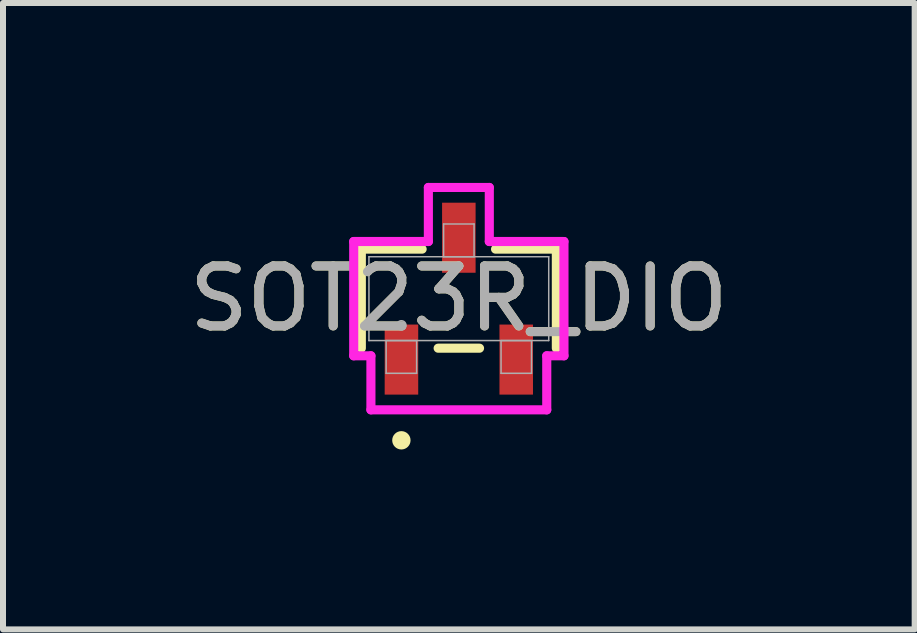
<source format=kicad_pcb>
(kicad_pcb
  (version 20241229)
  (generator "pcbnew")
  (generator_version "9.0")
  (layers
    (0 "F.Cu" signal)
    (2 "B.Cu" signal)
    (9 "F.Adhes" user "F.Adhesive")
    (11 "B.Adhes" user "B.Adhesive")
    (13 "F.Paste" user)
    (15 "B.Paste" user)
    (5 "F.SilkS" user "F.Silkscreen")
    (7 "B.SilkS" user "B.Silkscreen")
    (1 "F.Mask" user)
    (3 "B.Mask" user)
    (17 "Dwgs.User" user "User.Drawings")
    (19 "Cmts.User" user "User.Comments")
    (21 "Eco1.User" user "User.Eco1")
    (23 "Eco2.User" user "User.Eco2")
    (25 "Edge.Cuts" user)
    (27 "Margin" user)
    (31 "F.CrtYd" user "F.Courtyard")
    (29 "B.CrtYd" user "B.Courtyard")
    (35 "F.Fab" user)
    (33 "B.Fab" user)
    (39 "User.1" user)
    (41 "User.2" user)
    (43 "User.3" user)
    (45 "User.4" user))
  (footprint "SOT23R_DIO"
    (layer "F.Cu")
    (at 4.601 1.93)
    (property "Reference" "SOT23R_DIO" (at 0 0 0) (unlocked yes) (layer "F.SilkS") (effects (font (size 1 1) (thickness 0.15))))
    (attr smd)
    (fp_line (start -1.626 -0.826) (end -1.626 0.826) (stroke (width 0.152) (type solid)) (layer "F.SilkS"))
    (fp_line (start -0.612 -0.826) (end -1.626 -0.826) (stroke (width 0.152) (type solid)) (layer "F.SilkS"))
    (fp_line (start -0.345 0.826) (end 0.345 0.826) (stroke (width 0.152) (type solid)) (layer "F.SilkS"))
    (fp_line (start 1.626 -0.826) (end 0.612 -0.826) (stroke (width 0.152) (type solid)) (layer "F.SilkS"))
    (fp_line (start 1.626 0.826) (end 1.626 -0.826) (stroke (width 0.152) (type solid)) (layer "F.SilkS"))
    (fp_circle (center -0.958 2.362) (end -0.881 2.362) (stroke (width 0.152) (type solid)) (fill no) (layer "F.SilkS"))
    (fp_line (start -1.753 -0.953) (end -0.508 -0.953) (stroke (width 0.152) (type solid)) (layer "F.CrtYd"))
    (fp_line (start -1.753 0.953) (end -1.753 -0.953) (stroke (width 0.152) (type solid)) (layer "F.CrtYd"))
    (fp_line (start -1.753 0.953) (end -1.466 0.953) (stroke (width 0.152) (type solid)) (layer "F.CrtYd"))
    (fp_line (start -1.466 0.953) (end -1.466 1.854) (stroke (width 0.152) (type solid)) (layer "F.CrtYd"))
    (fp_line (start -1.466 1.854) (end 1.466 1.854) (stroke (width 0.152) (type solid)) (layer "F.CrtYd"))
    (fp_line (start -0.508 -1.854) (end 0.508 -1.854) (stroke (width 0.152) (type solid)) (layer "F.CrtYd"))
    (fp_line (start -0.508 -0.953) (end -0.508 -1.854) (stroke (width 0.152) (type solid)) (layer "F.CrtYd"))
    (fp_line (start 0.508 -0.953) (end 0.508 -1.854) (stroke (width 0.152) (type solid)) (layer "F.CrtYd"))
    (fp_line (start 1.466 0.953) (end 1.466 1.854) (stroke (width 0.152) (type solid)) (layer "F.CrtYd"))
    (fp_line (start 1.753 -0.953) (end 0.508 -0.953) (stroke (width 0.152) (type solid)) (layer "F.CrtYd"))
    (fp_line (start 1.753 -0.953) (end 1.753 0.953) (stroke (width 0.152) (type solid)) (layer "F.CrtYd"))
    (fp_line (start 1.753 0.953) (end 1.466 0.953) (stroke (width 0.152) (type solid)) (layer "F.CrtYd"))
    (fp_line (start -1.499 -0.699) (end -1.499 0.699) (stroke (width 0.025) (type solid)) (layer "F.Fab"))
    (fp_line (start -1.499 0.699) (end 1.499 0.699) (stroke (width 0.025) (type solid)) (layer "F.Fab"))
    (fp_line (start -1.212 0.699) (end -1.212 1.245) (stroke (width 0.025) (type solid)) (layer "F.Fab"))
    (fp_line (start -1.212 1.245) (end -0.704 1.245) (stroke (width 0.025) (type solid)) (layer "F.Fab"))
    (fp_line (start -0.704 0.699) (end -1.212 0.699) (stroke (width 0.025) (type solid)) (layer "F.Fab"))
    (fp_line (start -0.704 1.245) (end -0.704 0.699) (stroke (width 0.025) (type solid)) (layer "F.Fab"))
    (fp_line (start -0.254 -1.245) (end -0.254 -0.699) (stroke (width 0.025) (type solid)) (layer "F.Fab"))
    (fp_line (start -0.254 -0.699) (end 0.254 -0.699) (stroke (width 0.025) (type solid)) (layer "F.Fab"))
    (fp_line (start 0.254 -1.245) (end -0.254 -1.245) (stroke (width 0.025) (type solid)) (layer "F.Fab"))
    (fp_line (start 0.254 -0.699) (end 0.254 -1.245) (stroke (width 0.025) (type solid)) (layer "F.Fab"))
    (fp_line (start 0.704 0.699) (end 0.704 1.245) (stroke (width 0.025) (type solid)) (layer "F.Fab"))
    (fp_line (start 0.704 1.245) (end 1.212 1.245) (stroke (width 0.025) (type solid)) (layer "F.Fab"))
    (fp_line (start 1.212 0.699) (end 0.704 0.699) (stroke (width 0.025) (type solid)) (layer "F.Fab"))
    (fp_line (start 1.212 1.245) (end 1.212 0.699) (stroke (width 0.025) (type solid)) (layer "F.Fab"))
    (fp_line (start 1.499 -0.699) (end -1.499 -0.699) (stroke (width 0.025) (type solid)) (layer "F.Fab"))
    (fp_line (start 1.499 0.699) (end 1.499 -0.699) (stroke (width 0.025) (type solid)) (layer "F.Fab"))
    (fp_circle (center -0.958 0.445) (end -0.881 0.445) (stroke (width 0.025) (type solid)) (fill no) (layer "F.Fab"))
    (fp_text user "${REFERENCE}" (at 0 0 0) (unlocked yes) (layer "F.Fab") (effects (font (size 1 1) (thickness 0.15))))
    (pad "1" smd rect (at -0.957 1.016) (size 0.559 1.168) (layers "F.Cu" "F.Mask" "F.Paste"))
    (pad "2" smd rect (at 0.957 1.016) (size 0.559 1.168) (layers "F.Cu" "F.Mask" "F.Paste"))
    (pad "3" smd rect (at 0 -1.016) (size 0.559 1.168) (layers "F.Cu" "F.Mask" "F.Paste")))
  (gr_rect
    (start -3 -3)
    (end 12.202 7.445)
    (stroke (width 0.1) (type default))
    (fill no)
    (layer "Edge.Cuts")))
</source>
